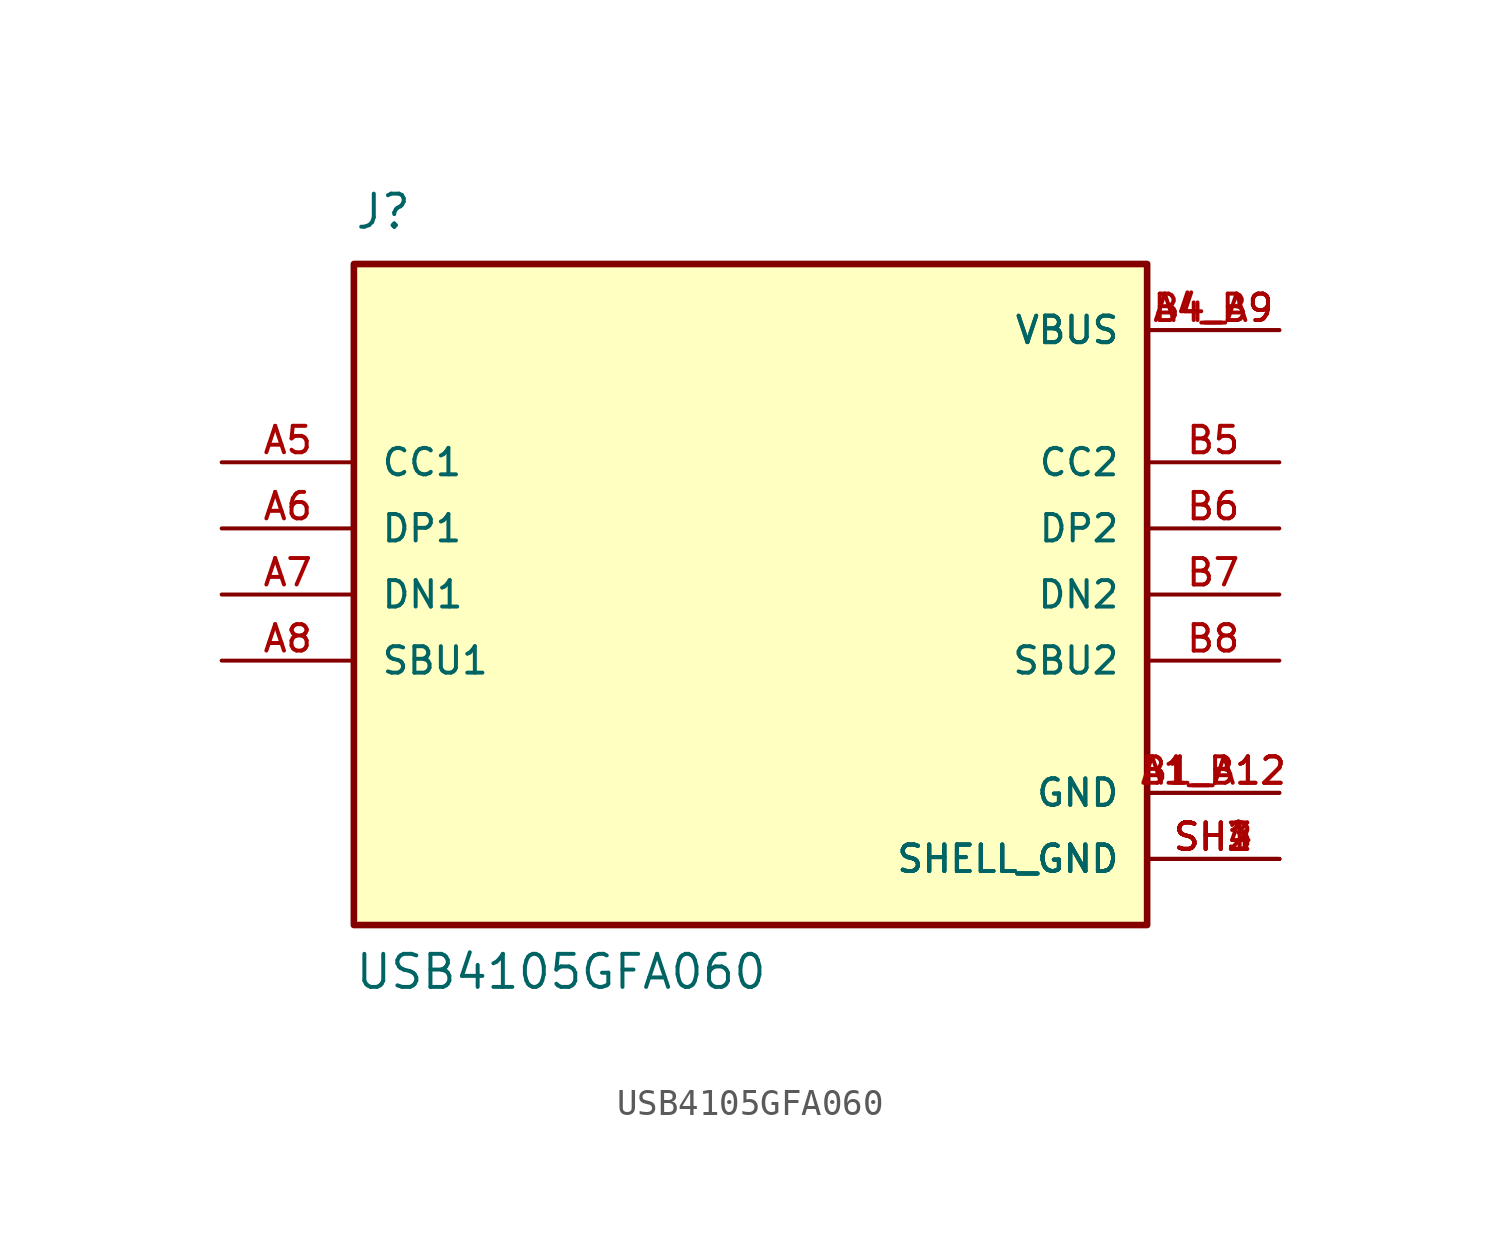
<source format=kicad_sym>
(kicad_symbol_lib
  (version 20211014)
  (generator kicad_symbol_editor)
  (symbol "USB4105GFA060"
    (pin_names
      (offset 1.016))
    (property "Reference" "J"
      (at -15.24 13.97 0)
      (effects (font (size 1.27 1.27)) (justify bottom left)))
    (property "Value" "USB4105GFA060"
      (at -15.24 -15.24 0)
      (effects (font (size 1.27 1.27)) (justify bottom left)))
    (symbol "USB4105GFA060_0_0"
      (rectangle (start -15.24 -12.7) (end 15.24 12.7) (stroke (width 0.254)) (fill (type background)))
      (pin bidirectional line (at -20.32 5.08 0) (length 5.08) (name "CC1" (effects (font (size 1.016 1.016)))) (number "A5" (effects (font (size 1.016 1.016)))))
      (pin bidirectional line (at -20.32 2.54 0) (length 5.08) (name "DP1" (effects (font (size 1.016 1.016)))) (number "A6" (effects (font (size 1.016 1.016)))))
      (pin bidirectional line (at -20.32 0.0 0) (length 5.08) (name "DN1" (effects (font (size 1.016 1.016)))) (number "A7" (effects (font (size 1.016 1.016)))))
      (pin bidirectional line (at -20.32 -2.54 0) (length 5.08) (name "SBU1" (effects (font (size 1.016 1.016)))) (number "A8" (effects (font (size 1.016 1.016)))))
      (pin power_in line (at 20.32 10.16 180.0) (length 5.08) (name "VBUS" (effects (font (size 1.016 1.016)))) (number "A4_B9" (effects (font (size 1.016 1.016)))))
      (pin power_in line (at 20.32 10.16 180.0) (length 5.08) (name "VBUS" (effects (font (size 1.016 1.016)))) (number "B4_A9" (effects (font (size 1.016 1.016)))))
      (pin bidirectional line (at 20.32 5.08 180.0) (length 5.08) (name "CC2" (effects (font (size 1.016 1.016)))) (number "B5" (effects (font (size 1.016 1.016)))))
      (pin bidirectional line (at 20.32 2.54 180.0) (length 5.08) (name "DP2" (effects (font (size 1.016 1.016)))) (number "B6" (effects (font (size 1.016 1.016)))))
      (pin bidirectional line (at 20.32 0.0 180.0) (length 5.08) (name "DN2" (effects (font (size 1.016 1.016)))) (number "B7" (effects (font (size 1.016 1.016)))))
      (pin bidirectional line (at 20.32 -2.54 180.0) (length 5.08) (name "SBU2" (effects (font (size 1.016 1.016)))) (number "B8" (effects (font (size 1.016 1.016)))))
      (pin power_in line (at 20.32 -7.62 180.0) (length 5.08) (name "GND" (effects (font (size 1.016 1.016)))) (number "A1_B12" (effects (font (size 1.016 1.016)))))
      (pin power_in line (at 20.32 -7.62 180.0) (length 5.08) (name "GND" (effects (font (size 1.016 1.016)))) (number "B1_A12" (effects (font (size 1.016 1.016)))))
      (pin power_in line (at 20.32 -10.16 180.0) (length 5.08) (name "SHELL_GND" (effects (font (size 1.016 1.016)))) (number "SH1" (effects (font (size 1.016 1.016)))))
      (pin power_in line (at 20.32 -10.16 180.0) (length 5.08) (name "SHELL_GND" (effects (font (size 1.016 1.016)))) (number "SH2" (effects (font (size 1.016 1.016)))))
      (pin power_in line (at 20.32 -10.16 180.0) (length 5.08) (name "SHELL_GND" (effects (font (size 1.016 1.016)))) (number "SH3" (effects (font (size 1.016 1.016)))))
      (pin power_in line (at 20.32 -10.16 180.0) (length 5.08) (name "SHELL_GND" (effects (font (size 1.016 1.016)))) (number "SH4" (effects (font (size 1.016 1.016))))))))
</source>
